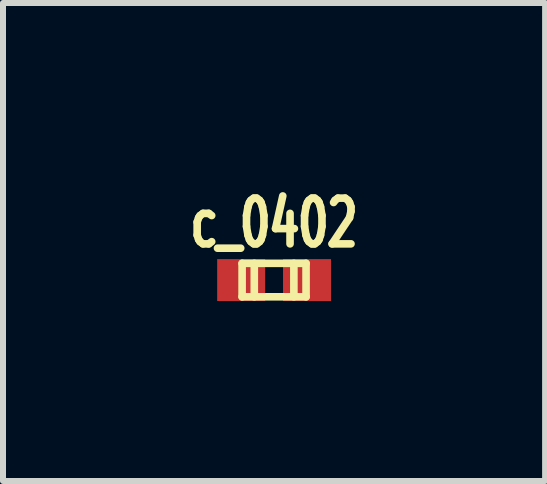
<source format=kicad_pcb>
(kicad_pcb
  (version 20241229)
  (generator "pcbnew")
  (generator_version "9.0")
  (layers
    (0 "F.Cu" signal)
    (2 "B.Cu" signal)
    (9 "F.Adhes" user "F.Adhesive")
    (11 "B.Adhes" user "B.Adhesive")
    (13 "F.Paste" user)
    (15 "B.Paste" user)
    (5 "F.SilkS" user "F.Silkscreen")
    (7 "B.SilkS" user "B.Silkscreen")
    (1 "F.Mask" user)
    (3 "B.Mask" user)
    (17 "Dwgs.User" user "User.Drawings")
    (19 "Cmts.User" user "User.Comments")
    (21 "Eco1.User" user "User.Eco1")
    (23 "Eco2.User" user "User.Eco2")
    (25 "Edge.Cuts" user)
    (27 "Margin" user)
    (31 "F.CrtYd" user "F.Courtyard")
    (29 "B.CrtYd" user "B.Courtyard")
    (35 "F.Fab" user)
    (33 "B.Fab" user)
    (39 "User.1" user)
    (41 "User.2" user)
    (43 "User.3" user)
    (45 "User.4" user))
  (footprint "c_0402"
    (layer "F.Cu")
    (at 1.519 1.619)
    (property "Reference" "c_0402" (at 0 -0.95 0) (layer "F.SilkS") (effects (font (size 0.762 0.508) (thickness 0.127))))
    (attr through_hole)
    (fp_line (start -0.533 -0.279) (end -0.533 0.279) (stroke (width 0.127) (type solid)) (layer "F.SilkS"))
    (fp_line (start -0.533 0.279) (end 0.533 0.279) (stroke (width 0.127) (type solid)) (layer "F.SilkS"))
    (fp_line (start -0.33 -0.279) (end -0.33 0.279) (stroke (width 0.127) (type solid)) (layer "F.SilkS"))
    (fp_line (start 0.33 -0.279) (end 0.33 0.279) (stroke (width 0.127) (type solid)) (layer "F.SilkS"))
    (fp_line (start 0.533 -0.279) (end -0.533 -0.279) (stroke (width 0.127) (type solid)) (layer "F.SilkS"))
    (fp_line (start 0.533 0.279) (end 0.533 -0.279) (stroke (width 0.127) (type solid)) (layer "F.SilkS"))
    (pad "1" smd rect (at 0.549 0) (size 0.8 0.699) (layers "F.Cu" "F.Mask" "F.Paste"))
    (pad "2" smd rect (at -0.549 0) (size 0.8 0.699) (layers "F.Cu" "F.Mask" "F.Paste")))
  (gr_rect
    (start -3 -3)
    (end 6.037 4.968)
    (stroke (width 0.1) (type default))
    (fill no)
    (layer "Edge.Cuts")))
</source>
